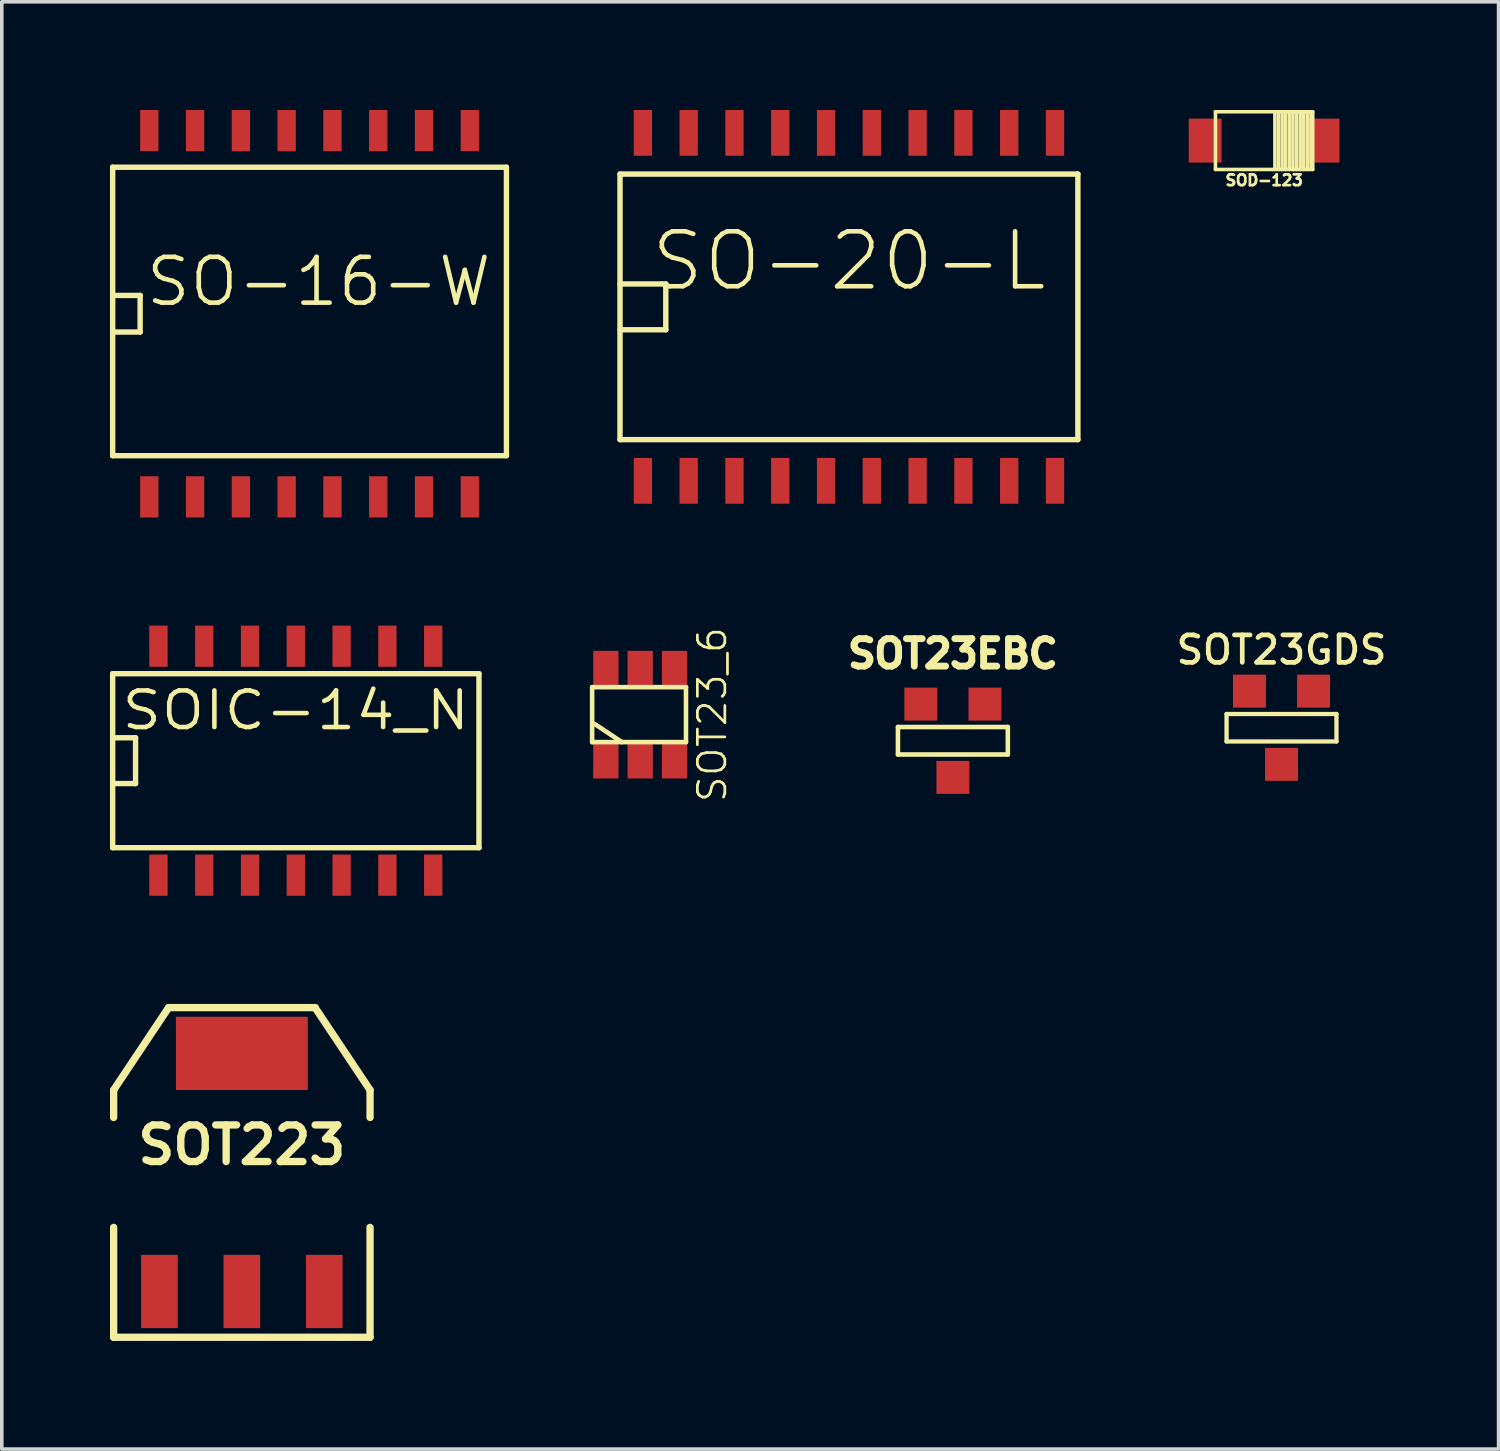
<source format=kicad_pcb>
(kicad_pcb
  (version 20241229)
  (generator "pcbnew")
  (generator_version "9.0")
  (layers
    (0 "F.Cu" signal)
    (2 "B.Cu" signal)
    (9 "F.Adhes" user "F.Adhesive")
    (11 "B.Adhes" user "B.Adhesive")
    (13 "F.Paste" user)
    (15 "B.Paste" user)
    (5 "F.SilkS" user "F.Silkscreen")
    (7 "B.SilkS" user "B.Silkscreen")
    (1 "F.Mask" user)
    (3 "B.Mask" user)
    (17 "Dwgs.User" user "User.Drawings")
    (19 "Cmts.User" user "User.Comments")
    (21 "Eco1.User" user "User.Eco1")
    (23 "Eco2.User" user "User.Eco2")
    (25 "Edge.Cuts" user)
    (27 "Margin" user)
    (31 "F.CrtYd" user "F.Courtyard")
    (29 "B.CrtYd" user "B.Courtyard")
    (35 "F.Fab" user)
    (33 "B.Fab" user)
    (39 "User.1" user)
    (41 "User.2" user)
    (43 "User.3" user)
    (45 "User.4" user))
  (footprint "SOT223"
    (layer "F.Cu")
    (at 3.658 29.47)
    (property "Reference" "SOT223" (at 0 -0.762 0) (layer "F.SilkS") (effects (font (size 1.016 1.016) (thickness 0.203))))
    (attr smd)
    (fp_line (start -3.556 -2.286) (end -2.032 -4.572) (stroke (width 0.203) (type solid)) (layer "F.SilkS"))
    (fp_line (start -3.556 -1.524) (end -3.556 -2.286) (stroke (width 0.203) (type solid)) (layer "F.SilkS"))
    (fp_line (start -3.556 1.524) (end -3.556 4.572) (stroke (width 0.203) (type solid)) (layer "F.SilkS"))
    (fp_line (start -3.556 4.572) (end 3.556 4.572) (stroke (width 0.203) (type solid)) (layer "F.SilkS"))
    (fp_line (start -2.032 -4.572) (end 2.032 -4.572) (stroke (width 0.203) (type solid)) (layer "F.SilkS"))
    (fp_line (start 2.032 -4.572) (end 3.556 -2.286) (stroke (width 0.203) (type solid)) (layer "F.SilkS"))
    (fp_line (start 3.556 -2.286) (end 3.556 -1.524) (stroke (width 0.203) (type solid)) (layer "F.SilkS"))
    (fp_line (start 3.556 4.572) (end 3.556 1.524) (stroke (width 0.203) (type solid)) (layer "F.SilkS"))
    (pad "1" smd rect (at -2.286 3.302) (size 1.016 2.032) (layers "F.Cu" "F.Mask" "F.Paste"))
    (pad "2" smd rect (at 0 3.302) (size 1.016 2.032) (layers "F.Cu" "F.Mask" "F.Paste"))
    (pad "3" smd rect (at 2.286 3.302) (size 1.016 2.032) (layers "F.Cu" "F.Mask" "F.Paste"))
    (pad "4" smd rect (at 0 -3.302) (size 3.658 2.032) (layers "F.Cu" "F.Mask" "F.Paste")))
  (footprint "SO-20-L"
    (layer "F.Cu")
    (at 20.497 5.461)
    (property "Reference" "SO-20-L" (at 0 -1.27 0) (layer "F.SilkS") (effects (font (size 1.524 1.524) (thickness 0.127))))
    (attr smd)
    (fp_line (start -6.35 -3.683) (end -6.35 3.683) (stroke (width 0.15) (type solid)) (layer "F.SilkS"))
    (fp_line (start -6.35 -3.683) (end 6.35 -3.683) (stroke (width 0.15) (type solid)) (layer "F.SilkS"))
    (fp_line (start -6.35 -0.635) (end -5.08 -0.635) (stroke (width 0.15) (type solid)) (layer "F.SilkS"))
    (fp_line (start -5.08 -0.635) (end -5.08 0.635) (stroke (width 0.15) (type solid)) (layer "F.SilkS"))
    (fp_line (start -5.08 0.635) (end -6.35 0.635) (stroke (width 0.15) (type solid)) (layer "F.SilkS"))
    (fp_line (start 6.35 3.683) (end -6.35 3.683) (stroke (width 0.15) (type solid)) (layer "F.SilkS"))
    (fp_line (start 6.35 3.683) (end 6.35 -3.683) (stroke (width 0.15) (type solid)) (layer "F.SilkS"))
    (pad "1" smd rect (at -5.715 4.826) (size 0.508 1.27) (layers "F.Cu" "F.Mask" "F.Paste"))
    (pad "2" smd rect (at -4.445 4.826) (size 0.508 1.27) (layers "F.Cu" "F.Mask" "F.Paste"))
    (pad "3" smd rect (at -3.175 4.826) (size 0.508 1.27) (layers "F.Cu" "F.Mask" "F.Paste"))
    (pad "4" smd rect (at -1.905 4.826) (size 0.508 1.27) (layers "F.Cu" "F.Mask" "F.Paste"))
    (pad "5" smd rect (at -0.635 4.826) (size 0.508 1.27) (layers "F.Cu" "F.Mask" "F.Paste"))
    (pad "6" smd rect (at 0.635 4.826) (size 0.508 1.27) (layers "F.Cu" "F.Mask" "F.Paste"))
    (pad "7" smd rect (at 1.905 4.826) (size 0.508 1.27) (layers "F.Cu" "F.Mask" "F.Paste"))
    (pad "8" smd rect (at 3.175 4.826) (size 0.508 1.27) (layers "F.Cu" "F.Mask" "F.Paste"))
    (pad "9" smd rect (at 4.445 4.826) (size 0.508 1.27) (layers "F.Cu" "F.Mask" "F.Paste"))
    (pad "10" smd rect (at 5.715 4.826) (size 0.508 1.27) (layers "F.Cu" "F.Mask" "F.Paste"))
    (pad "11" smd rect (at 5.715 -4.826) (size 0.508 1.27) (layers "F.Cu" "F.Mask" "F.Paste"))
    (pad "12" smd rect (at 4.445 -4.826) (size 0.508 1.27) (layers "F.Cu" "F.Mask" "F.Paste"))
    (pad "13" smd rect (at 3.175 -4.826) (size 0.508 1.27) (layers "F.Cu" "F.Mask" "F.Paste"))
    (pad "14" smd rect (at 1.905 -4.826) (size 0.508 1.27) (layers "F.Cu" "F.Mask" "F.Paste"))
    (pad "15" smd rect (at 0.635 -4.826) (size 0.508 1.27) (layers "F.Cu" "F.Mask" "F.Paste"))
    (pad "16" smd rect (at -0.635 -4.826) (size 0.508 1.27) (layers "F.Cu" "F.Mask" "F.Paste"))
    (pad "17" smd rect (at -1.905 -4.826) (size 0.508 1.27) (layers "F.Cu" "F.Mask" "F.Paste"))
    (pad "18" smd rect (at -3.175 -4.826) (size 0.508 1.27) (layers "F.Cu" "F.Mask" "F.Paste"))
    (pad "19" smd rect (at -4.445 -4.826) (size 0.508 1.27) (layers "F.Cu" "F.Mask" "F.Paste"))
    (pad "20" smd rect (at -5.715 -4.826) (size 0.508 1.27) (layers "F.Cu" "F.Mask" "F.Paste")))
  (footprint "SOT23GDS"
    (layer "F.Cu")
    (at 32.495 17.135)
    (property "Reference" "SOT23GDS" (at 0 -2.159 0) (layer "F.SilkS") (effects (font (size 0.762 0.762) (thickness 0.13))))
    (attr smd)
    (fp_line (start -1.524 -0.381) (end 1.524 -0.381) (stroke (width 0.119) (type solid)) (layer "F.SilkS"))
    (fp_line (start -1.524 0.381) (end -1.524 -0.381) (stroke (width 0.119) (type solid)) (layer "F.SilkS"))
    (fp_line (start 1.524 -0.381) (end 1.524 0.381) (stroke (width 0.119) (type solid)) (layer "F.SilkS"))
    (fp_line (start 1.524 0.381) (end -1.524 0.381) (stroke (width 0.119) (type solid)) (layer "F.SilkS"))
    (pad "D" smd rect (at 0 1.016) (size 0.914 0.914) (layers "F.Cu" "F.Mask" "F.Paste"))
    (pad "G" smd rect (at 0.889 -1.016) (size 0.914 0.914) (layers "F.Cu" "F.Mask" "F.Paste"))
    (pad "S" smd rect (at -0.889 -1.016) (size 0.914 0.914) (layers "F.Cu" "F.Mask" "F.Paste")))
  (footprint "SO-16-W"
    (layer "F.Cu")
    (at 5.536 5.652)
    (property "Reference" "SO-16-W" (at 0.254 -0.889 0) (layer "F.SilkS") (effects (font (size 1.27 1.27) (thickness 0.127))))
    (attr smd)
    (fp_line (start -5.461 -4.064) (end 5.461 -4.064) (stroke (width 0.15) (type solid)) (layer "F.SilkS"))
    (fp_line (start -5.461 -0.508) (end -4.699 -0.508) (stroke (width 0.15) (type solid)) (layer "F.SilkS"))
    (fp_line (start -5.461 3.937) (end -5.461 -4.064) (stroke (width 0.15) (type solid)) (layer "F.SilkS"))
    (fp_line (start -4.699 -0.508) (end -4.699 0.508) (stroke (width 0.15) (type solid)) (layer "F.SilkS"))
    (fp_line (start -4.699 0.508) (end -5.461 0.508) (stroke (width 0.15) (type solid)) (layer "F.SilkS"))
    (fp_line (start 5.461 -4.064) (end 5.461 3.937) (stroke (width 0.15) (type solid)) (layer "F.SilkS"))
    (fp_line (start 5.461 3.937) (end -5.461 3.937) (stroke (width 0.15) (type solid)) (layer "F.SilkS"))
    (pad "1" smd rect (at -4.445 5.08) (size 0.508 1.143) (layers "F.Cu" "F.Mask" "F.Paste"))
    (pad "2" smd rect (at -3.175 5.08) (size 0.508 1.143) (layers "F.Cu" "F.Mask" "F.Paste"))
    (pad "3" smd rect (at -1.905 5.08) (size 0.508 1.143) (layers "F.Cu" "F.Mask" "F.Paste"))
    (pad "4" smd rect (at -0.635 5.08) (size 0.508 1.143) (layers "F.Cu" "F.Mask" "F.Paste"))
    (pad "5" smd rect (at 0.635 5.08) (size 0.508 1.143) (layers "F.Cu" "F.Mask" "F.Paste"))
    (pad "6" smd rect (at 1.905 5.08) (size 0.508 1.143) (layers "F.Cu" "F.Mask" "F.Paste"))
    (pad "7" smd rect (at 3.175 5.08) (size 0.508 1.143) (layers "F.Cu" "F.Mask" "F.Paste"))
    (pad "8" smd rect (at 4.445 5.08) (size 0.508 1.143) (layers "F.Cu" "F.Mask" "F.Paste"))
    (pad "9" smd rect (at 4.445 -5.08) (size 0.508 1.143) (layers "F.Cu" "F.Mask" "F.Paste"))
    (pad "10" smd rect (at 3.175 -5.08) (size 0.508 1.143) (layers "F.Cu" "F.Mask" "F.Paste"))
    (pad "11" smd rect (at 1.905 -5.08) (size 0.508 1.143) (layers "F.Cu" "F.Mask" "F.Paste"))
    (pad "12" smd rect (at 0.635 -5.08) (size 0.508 1.143) (layers "F.Cu" "F.Mask" "F.Paste"))
    (pad "13" smd rect (at -0.635 -5.08) (size 0.508 1.143) (layers "F.Cu" "F.Mask" "F.Paste"))
    (pad "14" smd rect (at -1.905 -5.08) (size 0.508 1.143) (layers "F.Cu" "F.Mask" "F.Paste"))
    (pad "15" smd rect (at -3.175 -5.08) (size 0.508 1.143) (layers "F.Cu" "F.Mask" "F.Paste"))
    (pad "16" smd rect (at -4.445 -5.08) (size 0.508 1.143) (layers "F.Cu" "F.Mask" "F.Paste")))
  (footprint "SOIC-14_N"
    (layer "F.Cu")
    (at 5.155 17.922)
    (property "Reference" "SOIC-14_N" (at 0 -1.27 0) (layer "F.SilkS") (effects (font (size 1.016 1.143) (thickness 0.127))))
    (attr smd)
    (fp_line (start -5.08 -2.286) (end 5.08 -2.286) (stroke (width 0.15) (type solid)) (layer "F.SilkS"))
    (fp_line (start -5.08 -0.508) (end -4.445 -0.508) (stroke (width 0.15) (type solid)) (layer "F.SilkS"))
    (fp_line (start -5.08 2.54) (end -5.08 -2.286) (stroke (width 0.15) (type solid)) (layer "F.SilkS"))
    (fp_line (start -4.445 -0.508) (end -4.445 0.762) (stroke (width 0.15) (type solid)) (layer "F.SilkS"))
    (fp_line (start -4.445 0.762) (end -5.08 0.762) (stroke (width 0.15) (type solid)) (layer "F.SilkS"))
    (fp_line (start 5.08 -2.286) (end 5.08 2.54) (stroke (width 0.15) (type solid)) (layer "F.SilkS"))
    (fp_line (start 5.08 2.54) (end -5.08 2.54) (stroke (width 0.15) (type solid)) (layer "F.SilkS"))
    (pad "1" smd rect (at -3.81 3.302) (size 0.508 1.143) (layers "F.Cu" "F.Mask" "F.Paste"))
    (pad "2" smd rect (at -2.54 3.302) (size 0.508 1.143) (layers "F.Cu" "F.Mask" "F.Paste"))
    (pad "3" smd rect (at -1.27 3.302) (size 0.508 1.143) (layers "F.Cu" "F.Mask" "F.Paste"))
    (pad "4" smd rect (at 0 3.302) (size 0.508 1.143) (layers "F.Cu" "F.Mask" "F.Paste"))
    (pad "5" smd rect (at 1.27 3.302) (size 0.508 1.143) (layers "F.Cu" "F.Mask" "F.Paste"))
    (pad "6" smd rect (at 2.54 3.302) (size 0.508 1.143) (layers "F.Cu" "F.Mask" "F.Paste"))
    (pad "7" smd rect (at 3.81 3.302) (size 0.508 1.143) (layers "F.Cu" "F.Mask" "F.Paste"))
    (pad "8" smd rect (at 3.81 -3.048) (size 0.508 1.143) (layers "F.Cu" "F.Mask" "F.Paste"))
    (pad "9" smd rect (at 2.54 -3.048) (size 0.508 1.143) (layers "F.Cu" "F.Mask" "F.Paste"))
    (pad "10" smd rect (at 1.27 -3.048) (size 0.508 1.143) (layers "F.Cu" "F.Mask" "F.Paste"))
    (pad "11" smd rect (at 0 -3.048) (size 0.508 1.143) (layers "F.Cu" "F.Mask" "F.Paste"))
    (pad "12" smd rect (at -1.27 -3.048) (size 0.508 1.143) (layers "F.Cu" "F.Mask" "F.Paste"))
    (pad "13" smd rect (at -2.54 -3.048) (size 0.508 1.143) (layers "F.Cu" "F.Mask" "F.Paste"))
    (pad "14" smd rect (at -3.81 -3.048) (size 0.508 1.143) (layers "F.Cu" "F.Mask" "F.Paste")))
  (footprint "SOT23EBC"
    (layer "F.Cu")
    (at 23.38 17.496)
    (property "Reference" "SOT23EBC" (at 0 -2.413 0) (layer "F.SilkS") (effects (font (size 0.762 0.762) (thickness 0.203))))
    (attr smd)
    (fp_line (start -1.524 -0.381) (end 1.524 -0.381) (stroke (width 0.127) (type solid)) (layer "F.SilkS"))
    (fp_line (start -1.524 0.381) (end -1.524 -0.381) (stroke (width 0.127) (type solid)) (layer "F.SilkS"))
    (fp_line (start 1.524 -0.381) (end 1.524 0.381) (stroke (width 0.127) (type solid)) (layer "F.SilkS"))
    (fp_line (start 1.524 0.381) (end -1.524 0.381) (stroke (width 0.127) (type solid)) (layer "F.SilkS"))
    (pad "1" smd rect (at -0.889 -1.016) (size 0.914 0.914) (layers "F.Cu" "F.Mask" "F.Paste"))
    (pad "2" smd rect (at 0.889 -1.016) (size 0.914 0.914) (layers "F.Cu" "F.Mask" "F.Paste"))
    (pad "3" smd rect (at 0 1.016) (size 0.914 0.914) (layers "F.Cu" "F.Mask" "F.Paste")))
  (footprint "SOD-123"
    (layer "F.Cu")
    (at 32.012 0.85)
    (property "Reference" "SOD-123" (at 0 1.1 0) (layer "F.SilkS") (effects (font (size 0.3 0.3) (thickness 0.076))))
    (attr through_hole)
    (fp_line (start -1.349 -0.8) (end 1.349 -0.8) (stroke (width 0.099) (type solid)) (layer "F.SilkS"))
    (fp_line (start -1.349 0.8) (end -1.349 -0.8) (stroke (width 0.099) (type solid)) (layer "F.SilkS"))
    (fp_line (start 0.3 -0.8) (end 0.3 0.8) (stroke (width 0.099) (type solid)) (layer "F.SilkS"))
    (fp_line (start 0.399 -0.8) (end 0.399 0.8) (stroke (width 0.099) (type solid)) (layer "F.SilkS"))
    (fp_line (start 0.5 0.8) (end 0.5 -0.8) (stroke (width 0.099) (type solid)) (layer "F.SilkS"))
    (fp_line (start 0.599 -0.8) (end 0.599 0.8) (stroke (width 0.099) (type solid)) (layer "F.SilkS"))
    (fp_line (start 0.701 0.8) (end 0.701 -0.8) (stroke (width 0.099) (type solid)) (layer "F.SilkS"))
    (fp_line (start 0.8 -0.8) (end 0.8 0.8) (stroke (width 0.099) (type solid)) (layer "F.SilkS"))
    (fp_line (start 0.899 0.8) (end 0.899 -0.8) (stroke (width 0.099) (type solid)) (layer "F.SilkS"))
    (fp_line (start 1.001 -0.8) (end 1.001 0.8) (stroke (width 0.099) (type solid)) (layer "F.SilkS"))
    (fp_line (start 1.1 0.8) (end 1.1 -0.8) (stroke (width 0.099) (type solid)) (layer "F.SilkS"))
    (fp_line (start 1.199 0.8) (end 1.199 -0.8) (stroke (width 0.099) (type solid)) (layer "F.SilkS"))
    (fp_line (start 1.3 -0.8) (end 1.3 0.749) (stroke (width 0.099) (type solid)) (layer "F.SilkS"))
    (fp_line (start 1.349 -0.8) (end 1.349 0.8) (stroke (width 0.099) (type solid)) (layer "F.SilkS"))
    (fp_line (start 1.349 0.8) (end -1.349 0.8) (stroke (width 0.099) (type solid)) (layer "F.SilkS"))
    (pad "1" smd rect (at -1.635 0) (size 0.91 1.22) (layers "F.Cu" "F.Mask" "F.Paste"))
    (pad "2" smd rect (at 1.635 0) (size 0.91 1.22) (layers "F.Cu" "F.Mask" "F.Paste")))
  (footprint "SOT23_6"
    (layer "F.Cu")
    (at 14.707 16.772)
    (property "Reference" "SOT23_6" (at 1.999 0 90) (layer "F.SilkS") (effects (font (size 0.762 0.762) (thickness 0.076))))
    (attr through_hole)
    (fp_line (start -1.333 -0.762) (end 1.27 -0.762) (stroke (width 0.127) (type solid)) (layer "F.SilkS"))
    (fp_line (start -1.333 0.762) (end -1.333 -0.762) (stroke (width 0.127) (type solid)) (layer "F.SilkS"))
    (fp_line (start -0.508 0.762) (end -1.27 0.254) (stroke (width 0.127) (type solid)) (layer "F.SilkS"))
    (fp_line (start 1.27 -0.762) (end 1.27 0.762) (stroke (width 0.127) (type solid)) (layer "F.SilkS"))
    (fp_line (start 1.27 0.762) (end -1.333 0.762) (stroke (width 0.127) (type solid)) (layer "F.SilkS"))
    (pad "1" smd rect (at -0.953 1.27) (size 0.701 1.001) (layers "F.Cu" "F.Mask" "F.Paste"))
    (pad "2" smd rect (at 0 1.27) (size 0.701 1.001) (layers "F.Cu" "F.Mask" "F.Paste"))
    (pad "3" smd rect (at 0.953 1.27) (size 0.701 1.001) (layers "F.Cu" "F.Mask" "F.Paste"))
    (pad "4" smd rect (at 0.953 -1.27) (size 0.701 1.001) (layers "F.Cu" "F.Mask" "F.Paste"))
    (pad "5" smd rect (at 0 -1.27) (size 0.701 1.001) (layers "F.Cu" "F.Mask" "F.Paste"))
    (pad "6" smd rect (at -0.953 -1.27) (size 0.701 1.001) (layers "F.Cu" "F.Mask" "F.Paste")))
  (gr_rect
    (start -3 -3)
    (end 38.516 37.143)
    (stroke (width 0.1) (type default))
    (fill no)
    (layer "Edge.Cuts")))
</source>
